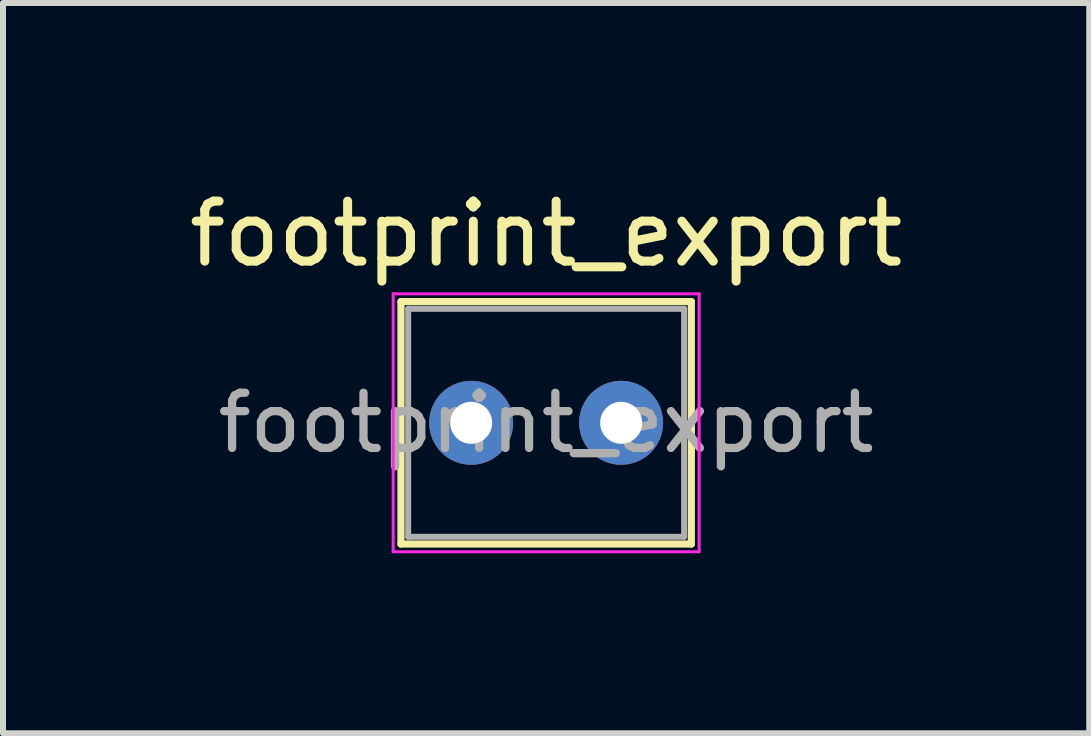
<source format=kicad_pcb>
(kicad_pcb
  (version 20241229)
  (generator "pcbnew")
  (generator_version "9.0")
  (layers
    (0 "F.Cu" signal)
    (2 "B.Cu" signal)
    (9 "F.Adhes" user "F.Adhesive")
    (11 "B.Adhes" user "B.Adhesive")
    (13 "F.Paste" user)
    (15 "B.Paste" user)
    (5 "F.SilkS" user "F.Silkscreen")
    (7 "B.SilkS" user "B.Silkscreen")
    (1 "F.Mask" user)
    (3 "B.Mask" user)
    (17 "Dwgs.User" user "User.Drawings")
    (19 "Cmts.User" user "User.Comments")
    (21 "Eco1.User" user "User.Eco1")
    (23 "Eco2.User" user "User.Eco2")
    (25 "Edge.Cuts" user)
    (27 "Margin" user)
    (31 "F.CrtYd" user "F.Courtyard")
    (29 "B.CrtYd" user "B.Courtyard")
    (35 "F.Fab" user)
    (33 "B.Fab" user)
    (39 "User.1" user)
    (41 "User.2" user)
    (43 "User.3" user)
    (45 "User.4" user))
  (footprint "footprint_export"
    (layer "F.Cu")
    (at 4.804 3.998)
    (property "Reference" "footprint_export" (at 1.25 -3.15 0) (layer "F.SilkS") (effects (font (size 1 1) (thickness 0.15))))
    (attr through_hole)
    (fp_line (start -1.17 -2.02) (end -1.17 2.02) (stroke (width 0.12) (type solid)) (layer "F.SilkS"))
    (fp_line (start -1.17 -2.02) (end 3.67 -2.02) (stroke (width 0.12) (type solid)) (layer "F.SilkS"))
    (fp_line (start -1.17 2.02) (end 3.67 2.02) (stroke (width 0.12) (type solid)) (layer "F.SilkS"))
    (fp_line (start 3.67 -2.02) (end 3.67 2.02) (stroke (width 0.12) (type solid)) (layer "F.SilkS"))
    (fp_line (start -1.3 -2.15) (end -1.3 2.15) (stroke (width 0.05) (type solid)) (layer "F.CrtYd"))
    (fp_line (start -1.3 2.15) (end 3.8 2.15) (stroke (width 0.05) (type solid)) (layer "F.CrtYd"))
    (fp_line (start 3.8 -2.15) (end -1.3 -2.15) (stroke (width 0.05) (type solid)) (layer "F.CrtYd"))
    (fp_line (start 3.8 2.15) (end 3.8 -2.15) (stroke (width 0.05) (type solid)) (layer "F.CrtYd"))
    (fp_line (start -1.05 -1.9) (end -1.05 1.9) (stroke (width 0.1) (type solid)) (layer "F.Fab"))
    (fp_line (start -1.05 1.9) (end 3.55 1.9) (stroke (width 0.1) (type solid)) (layer "F.Fab"))
    (fp_line (start 3.55 -1.9) (end -1.05 -1.9) (stroke (width 0.1) (type solid)) (layer "F.Fab"))
    (fp_line (start 3.55 1.9) (end 3.55 -1.9) (stroke (width 0.1) (type solid)) (layer "F.Fab"))
    (fp_text user "${REFERENCE}" (at 1.25 0 0) (layer "F.Fab") (effects (font (size 0.92 0.92) (thickness 0.138))))
    (pad "1" thru_hole circle (at 0 0) (size 1.4 1.4) (drill 0.7) (layers "*.Cu" "*.Mask"))
    (pad "2" thru_hole circle (at 2.5 0) (size 1.4 1.4) (drill 0.7) (layers "*.Cu" "*.Mask")))
  (gr_rect
    (start -3 -3)
    (end 15.107 9.173)
    (stroke (width 0.1) (type default))
    (fill no)
    (layer "Edge.Cuts")))
</source>
